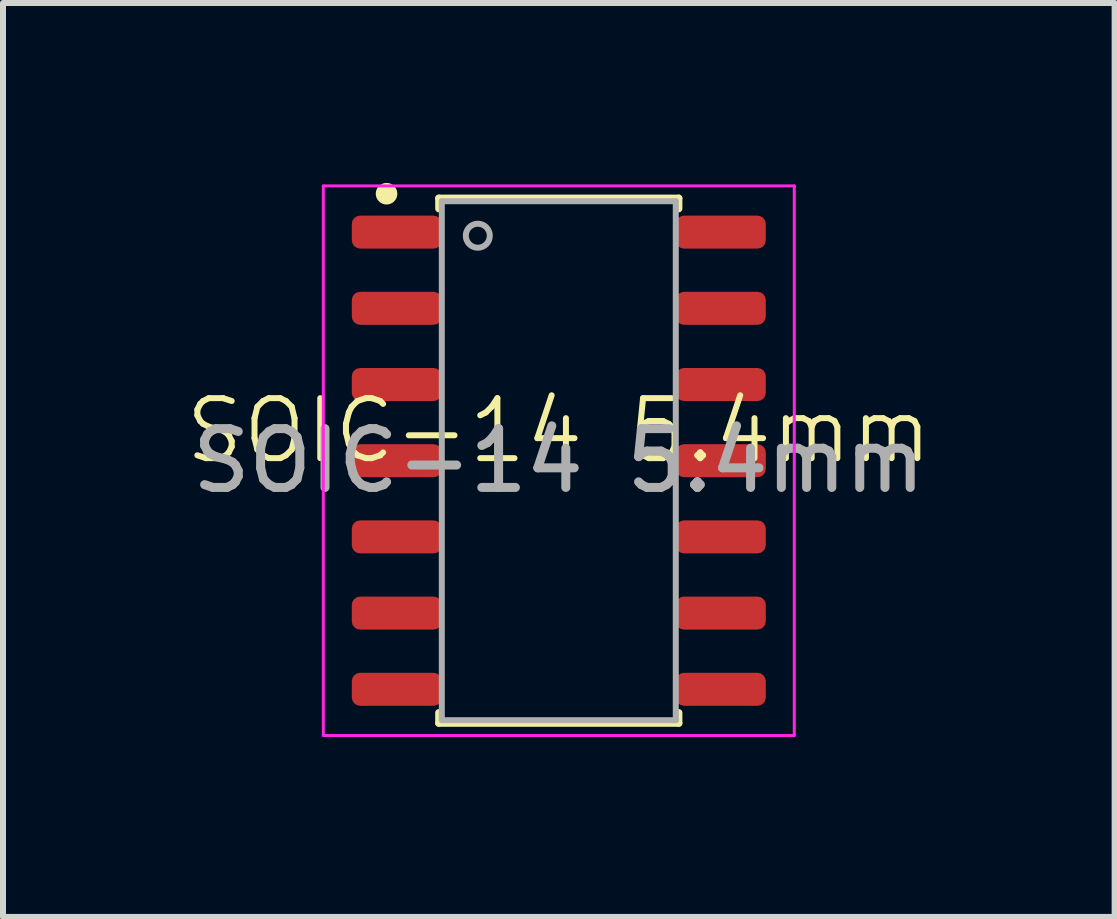
<source format=kicad_pcb>
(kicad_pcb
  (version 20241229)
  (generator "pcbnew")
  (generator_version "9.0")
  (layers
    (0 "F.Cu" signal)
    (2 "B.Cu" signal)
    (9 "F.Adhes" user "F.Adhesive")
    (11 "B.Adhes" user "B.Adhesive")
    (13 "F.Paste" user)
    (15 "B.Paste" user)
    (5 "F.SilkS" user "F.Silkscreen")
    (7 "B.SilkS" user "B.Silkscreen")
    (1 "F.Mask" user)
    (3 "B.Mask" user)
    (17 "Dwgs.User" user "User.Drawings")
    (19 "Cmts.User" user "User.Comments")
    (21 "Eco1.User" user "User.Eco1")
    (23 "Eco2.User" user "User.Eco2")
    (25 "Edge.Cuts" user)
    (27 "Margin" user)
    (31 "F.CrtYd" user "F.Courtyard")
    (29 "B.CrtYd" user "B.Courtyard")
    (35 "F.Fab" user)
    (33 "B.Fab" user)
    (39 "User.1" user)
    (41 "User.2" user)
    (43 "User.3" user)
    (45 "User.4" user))
  (footprint "SOIC-14 5.4mm"
    (layer "F.Cu")
    (at 6.264 4.629)
    (property "Reference" "SOIC-14 5.4mm" (at 0 -0.5 0) (unlocked yes) (layer "F.SilkS") (effects (font (size 1 1) (thickness 0.1))))
    (attr smd)
    (fp_line (start -2 -4.2) (end -2 -4.375) (stroke (width 0.12) (type solid)) (layer "F.SilkS"))
    (fp_line (start -2 4.2) (end -2 4.375) (stroke (width 0.12) (type solid)) (layer "F.SilkS"))
    (fp_line (start -2 4.375) (end 2 4.375) (stroke (width 0.12) (type solid)) (layer "F.SilkS"))
    (fp_line (start 2 -4.375) (end -2 -4.375) (stroke (width 0.12) (type solid)) (layer "F.SilkS"))
    (fp_line (start 2 -4.2) (end 2 -4.375) (stroke (width 0.12) (type solid)) (layer "F.SilkS"))
    (fp_line (start 2 4.2) (end 2 4.375) (stroke (width 0.12) (type solid)) (layer "F.SilkS"))
    (fp_circle (center -2.871 -4.45) (end -2.741 -4.45) (stroke (width 0.1) (type solid)) (fill yes) (layer "F.SilkS"))
    (fp_line (start -3.925 -4.58) (end -3.925 4.58) (stroke (width 0.05) (type solid)) (layer "F.CrtYd"))
    (fp_line (start -3.925 4.58) (end 3.925 4.58) (stroke (width 0.05) (type solid)) (layer "F.CrtYd"))
    (fp_line (start 3.925 -4.58) (end -3.925 -4.58) (stroke (width 0.05) (type solid)) (layer "F.CrtYd"))
    (fp_line (start 3.925 4.58) (end 3.925 -4.58) (stroke (width 0.05) (type solid)) (layer "F.CrtYd"))
    (fp_line (start -1.95 -4.325) (end 1.95 -4.325) (stroke (width 0.1) (type solid)) (layer "F.Fab"))
    (fp_line (start -1.95 4.325) (end -1.95 -4.325) (stroke (width 0.1) (type solid)) (layer "F.Fab"))
    (fp_line (start -1.95 4.325) (end 1.95 4.325) (stroke (width 0.1) (type solid)) (layer "F.Fab"))
    (fp_line (start 1.95 -4.325) (end 1.95 4.325) (stroke (width 0.1) (type solid)) (layer "F.Fab"))
    (fp_circle (center -1.35 -3.75) (end -1.15 -3.75) (stroke (width 0.1) (type solid)) (fill no) (layer "F.Fab"))
    (fp_text user "${REFERENCE}" (at 0 0 0) (layer "F.Fab") (effects (font (size 0.98 0.98) (thickness 0.15))))
    (pad "1" smd roundrect (at -2.7 -3.81) (size 1.5 0.55) (layers "F.Cu" "F.Mask" "F.Paste") (roundrect_rratio 0.25))
    (pad "2" smd roundrect (at -2.7 -2.54) (size 1.5 0.55) (layers "F.Cu" "F.Mask" "F.Paste") (roundrect_rratio 0.25))
    (pad "3" smd roundrect (at -2.7 -1.27) (size 1.5 0.55) (layers "F.Cu" "F.Mask" "F.Paste") (roundrect_rratio 0.25))
    (pad "4" smd roundrect (at -2.7 0) (size 1.5 0.55) (layers "F.Cu" "F.Mask" "F.Paste") (roundrect_rratio 0.25))
    (pad "5" smd roundrect (at -2.7 1.27) (size 1.5 0.55) (layers "F.Cu" "F.Mask" "F.Paste") (roundrect_rratio 0.25))
    (pad "6" smd roundrect (at -2.7 2.54) (size 1.5 0.55) (layers "F.Cu" "F.Mask" "F.Paste") (roundrect_rratio 0.25))
    (pad "7" smd roundrect (at -2.7 3.81) (size 1.5 0.55) (layers "F.Cu" "F.Mask" "F.Paste") (roundrect_rratio 0.25))
    (pad "8" smd roundrect (at 2.7 3.81) (size 1.5 0.55) (layers "F.Cu" "F.Mask" "F.Paste") (roundrect_rratio 0.25))
    (pad "9" smd roundrect (at 2.7 2.54) (size 1.5 0.55) (layers "F.Cu" "F.Mask" "F.Paste") (roundrect_rratio 0.25))
    (pad "10" smd roundrect (at 2.7 1.27) (size 1.5 0.55) (layers "F.Cu" "F.Mask" "F.Paste") (roundrect_rratio 0.25))
    (pad "11" smd roundrect (at 2.7 0) (size 1.5 0.55) (layers "F.Cu" "F.Mask" "F.Paste") (roundrect_rratio 0.25))
    (pad "12" smd roundrect (at 2.7 -1.27) (size 1.5 0.55) (layers "F.Cu" "F.Mask" "F.Paste") (roundrect_rratio 0.25))
    (pad "13" smd roundrect (at 2.7 -2.54) (size 1.5 0.55) (layers "F.Cu" "F.Mask" "F.Paste") (roundrect_rratio 0.25))
    (pad "14" smd roundrect (at 2.7 -3.81) (size 1.5 0.55) (layers "F.Cu" "F.Mask" "F.Paste") (roundrect_rratio 0.25)))
  (gr_rect
    (start -3 -3)
    (end 15.529 12.234)
    (stroke (width 0.1) (type default))
    (fill no)
    (layer "Edge.Cuts")))
</source>
